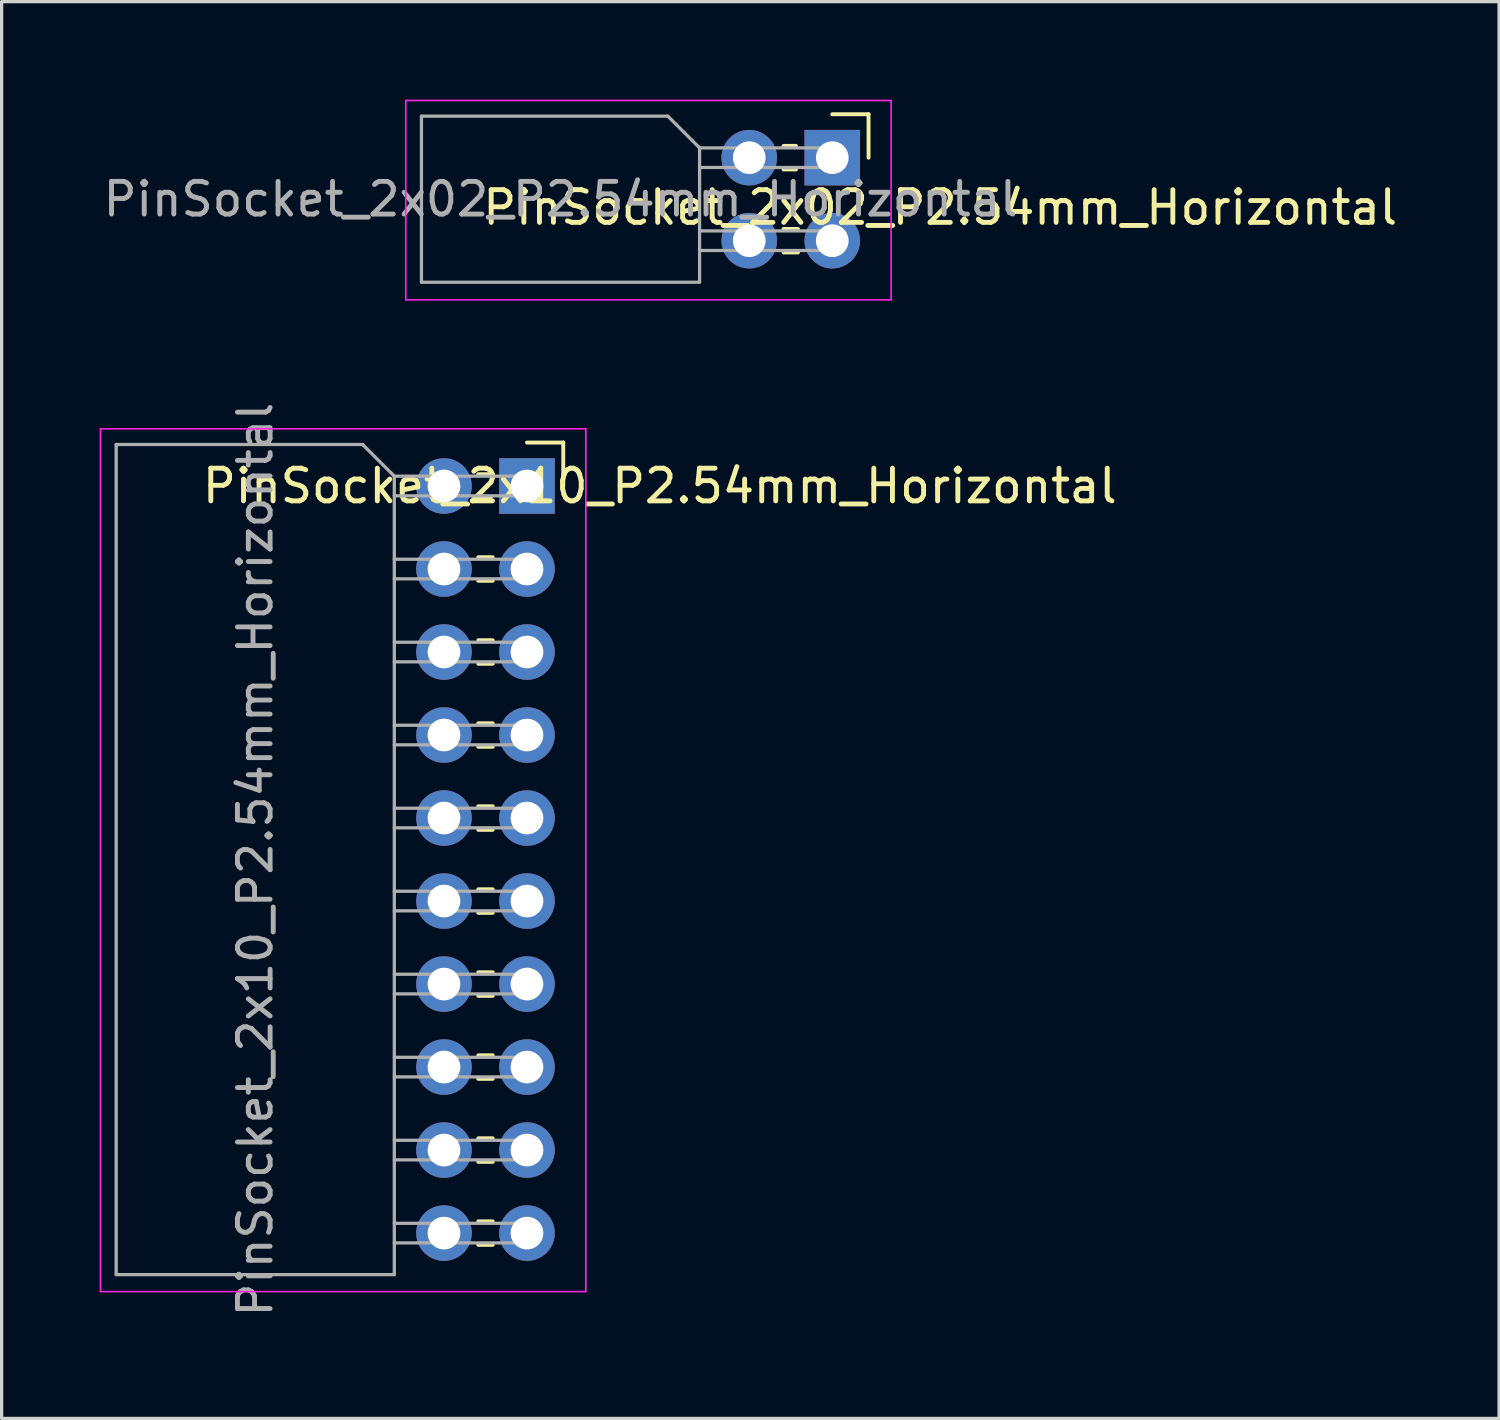
<source format=kicad_pcb>
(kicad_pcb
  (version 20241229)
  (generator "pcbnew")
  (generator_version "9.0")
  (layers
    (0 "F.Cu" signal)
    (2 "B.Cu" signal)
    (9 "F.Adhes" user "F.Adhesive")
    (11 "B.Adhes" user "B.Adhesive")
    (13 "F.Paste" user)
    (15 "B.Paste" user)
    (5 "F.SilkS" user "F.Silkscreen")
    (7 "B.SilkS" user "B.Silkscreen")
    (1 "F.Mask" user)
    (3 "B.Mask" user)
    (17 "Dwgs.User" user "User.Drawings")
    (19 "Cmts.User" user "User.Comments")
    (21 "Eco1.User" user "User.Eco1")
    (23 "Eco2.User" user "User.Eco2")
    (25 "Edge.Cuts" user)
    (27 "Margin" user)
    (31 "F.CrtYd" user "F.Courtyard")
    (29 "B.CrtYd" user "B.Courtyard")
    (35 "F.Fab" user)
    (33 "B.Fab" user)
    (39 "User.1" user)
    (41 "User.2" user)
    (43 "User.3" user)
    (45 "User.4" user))
  (footprint "PinSocket_2x02_P2.54mm_Horizontal"
    (layer "F.Cu")
    (at 22.416 1.775)
    (property "Reference" "PinSocket_2x02_P2.54mm_Horizontal" (at 3.302 1.524 180) (layer "F.SilkS") (effects (font (size 1 1) (thickness 0.15))))
    (attr through_hole)
    (fp_line (start -1.49 -0.36) (end -1.11 -0.36) (stroke (width 0.12) (type solid)) (layer "F.SilkS"))
    (fp_line (start -1.49 0.36) (end -1.11 0.36) (stroke (width 0.12) (type solid)) (layer "F.SilkS"))
    (fp_line (start -1.49 2.18) (end -1.05 2.18) (stroke (width 0.12) (type solid)) (layer "F.SilkS"))
    (fp_line (start -1.49 2.9) (end -1.05 2.9) (stroke (width 0.12) (type solid)) (layer "F.SilkS"))
    (fp_line (start 0 -1.33) (end 1.11 -1.33) (stroke (width 0.12) (type solid)) (layer "F.SilkS"))
    (fp_line (start 1.11 -1.33) (end 1.11 0) (stroke (width 0.12) (type solid)) (layer "F.SilkS"))
    (fp_line (start -13.05 -1.75) (end -13.05 4.35) (stroke (width 0.05) (type solid)) (layer "F.CrtYd"))
    (fp_line (start -13.05 4.35) (end 1.8 4.35) (stroke (width 0.05) (type solid)) (layer "F.CrtYd"))
    (fp_line (start 1.8 -1.75) (end -13.05 -1.75) (stroke (width 0.05) (type solid)) (layer "F.CrtYd"))
    (fp_line (start 1.8 4.35) (end 1.8 -1.75) (stroke (width 0.05) (type solid)) (layer "F.CrtYd"))
    (fp_line (start -12.57 -1.27) (end -5.03 -1.27) (stroke (width 0.1) (type solid)) (layer "F.Fab"))
    (fp_line (start -12.57 3.81) (end -12.57 -1.27) (stroke (width 0.1) (type solid)) (layer "F.Fab"))
    (fp_line (start -5.03 -1.27) (end -4.06 -0.3) (stroke (width 0.1) (type solid)) (layer "F.Fab"))
    (fp_line (start -4.06 -0.3) (end -4.06 3.81) (stroke (width 0.1) (type solid)) (layer "F.Fab"))
    (fp_line (start -4.06 0.3) (end 0 0.3) (stroke (width 0.1) (type solid)) (layer "F.Fab"))
    (fp_line (start -4.06 2.84) (end 0 2.84) (stroke (width 0.1) (type solid)) (layer "F.Fab"))
    (fp_line (start -4.06 3.81) (end -12.57 3.81) (stroke (width 0.1) (type solid)) (layer "F.Fab"))
    (fp_line (start 0 -0.3) (end -4.06 -0.3) (stroke (width 0.1) (type solid)) (layer "F.Fab"))
    (fp_line (start 0 0.3) (end 0 -0.3) (stroke (width 0.1) (type solid)) (layer "F.Fab"))
    (fp_line (start 0 2.24) (end -4.06 2.24) (stroke (width 0.1) (type solid)) (layer "F.Fab"))
    (fp_line (start 0 2.84) (end 0 2.24) (stroke (width 0.1) (type solid)) (layer "F.Fab"))
    (fp_text user "${REFERENCE}" (at -8.315 1.27 0) (layer "F.Fab") (effects (font (size 1 1) (thickness 0.15))))
    (pad "1" thru_hole rect (at 0 0) (size 1.7 1.7) (drill 1) (layers "*.Cu" "*.Mask"))
    (pad "2" thru_hole oval (at -2.54 0) (size 1.7 1.7) (drill 1) (layers "*.Cu" "*.Mask"))
    (pad "3" thru_hole oval (at 0 2.54) (size 1.7 1.7) (drill 1) (layers "*.Cu" "*.Mask"))
    (pad "4" thru_hole oval (at -2.54 2.54) (size 1.7 1.7) (drill 1) (layers "*.Cu" "*.Mask")))
  (footprint "PinSocket_2x10_P2.54mm_Horizontal"
    (layer "F.Cu")
    (at 13.075 11.821)
    (property "Reference" "PinSocket_2x10_P2.54mm_Horizontal" (at 4.064 0 0) (layer "F.SilkS") (effects (font (size 1 1) (thickness 0.15))))
    (attr through_hole)
    (fp_line (start -1.49 -0.36) (end -1.11 -0.36) (stroke (width 0.12) (type solid)) (layer "F.SilkS"))
    (fp_line (start -1.49 0.36) (end -1.11 0.36) (stroke (width 0.12) (type solid)) (layer "F.SilkS"))
    (fp_line (start -1.49 2.18) (end -1.05 2.18) (stroke (width 0.12) (type solid)) (layer "F.SilkS"))
    (fp_line (start -1.49 2.9) (end -1.05 2.9) (stroke (width 0.12) (type solid)) (layer "F.SilkS"))
    (fp_line (start -1.49 4.72) (end -1.05 4.72) (stroke (width 0.12) (type solid)) (layer "F.SilkS"))
    (fp_line (start -1.49 5.44) (end -1.05 5.44) (stroke (width 0.12) (type solid)) (layer "F.SilkS"))
    (fp_line (start -1.49 7.26) (end -1.05 7.26) (stroke (width 0.12) (type solid)) (layer "F.SilkS"))
    (fp_line (start -1.49 7.98) (end -1.05 7.98) (stroke (width 0.12) (type solid)) (layer "F.SilkS"))
    (fp_line (start -1.49 9.8) (end -1.05 9.8) (stroke (width 0.12) (type solid)) (layer "F.SilkS"))
    (fp_line (start -1.49 10.52) (end -1.05 10.52) (stroke (width 0.12) (type solid)) (layer "F.SilkS"))
    (fp_line (start -1.49 12.34) (end -1.05 12.34) (stroke (width 0.12) (type solid)) (layer "F.SilkS"))
    (fp_line (start -1.49 13.06) (end -1.05 13.06) (stroke (width 0.12) (type solid)) (layer "F.SilkS"))
    (fp_line (start -1.49 14.88) (end -1.05 14.88) (stroke (width 0.12) (type solid)) (layer "F.SilkS"))
    (fp_line (start -1.49 15.6) (end -1.05 15.6) (stroke (width 0.12) (type solid)) (layer "F.SilkS"))
    (fp_line (start -1.49 17.42) (end -1.05 17.42) (stroke (width 0.12) (type solid)) (layer "F.SilkS"))
    (fp_line (start -1.49 18.14) (end -1.05 18.14) (stroke (width 0.12) (type solid)) (layer "F.SilkS"))
    (fp_line (start -1.49 19.96) (end -1.05 19.96) (stroke (width 0.12) (type solid)) (layer "F.SilkS"))
    (fp_line (start -1.49 20.68) (end -1.05 20.68) (stroke (width 0.12) (type solid)) (layer "F.SilkS"))
    (fp_line (start -1.49 22.5) (end -1.05 22.5) (stroke (width 0.12) (type solid)) (layer "F.SilkS"))
    (fp_line (start -1.49 23.22) (end -1.05 23.22) (stroke (width 0.12) (type solid)) (layer "F.SilkS"))
    (fp_line (start 0 -1.33) (end 1.11 -1.33) (stroke (width 0.12) (type solid)) (layer "F.SilkS"))
    (fp_line (start 1.11 -1.33) (end 1.11 0) (stroke (width 0.12) (type solid)) (layer "F.SilkS"))
    (fp_line (start -13.05 -1.75) (end -13.05 24.65) (stroke (width 0.05) (type solid)) (layer "F.CrtYd"))
    (fp_line (start -13.05 24.65) (end 1.8 24.65) (stroke (width 0.05) (type solid)) (layer "F.CrtYd"))
    (fp_line (start 1.8 -1.75) (end -13.05 -1.75) (stroke (width 0.05) (type solid)) (layer "F.CrtYd"))
    (fp_line (start 1.8 24.65) (end 1.8 -1.75) (stroke (width 0.05) (type solid)) (layer "F.CrtYd"))
    (fp_line (start -12.57 -1.27) (end -5.03 -1.27) (stroke (width 0.1) (type solid)) (layer "F.Fab"))
    (fp_line (start -12.57 24.13) (end -12.57 -1.27) (stroke (width 0.1) (type solid)) (layer "F.Fab"))
    (fp_line (start -5.03 -1.27) (end -4.06 -0.3) (stroke (width 0.1) (type solid)) (layer "F.Fab"))
    (fp_line (start -4.06 -0.3) (end -4.06 24.13) (stroke (width 0.1) (type solid)) (layer "F.Fab"))
    (fp_line (start -4.06 0.3) (end 0 0.3) (stroke (width 0.1) (type solid)) (layer "F.Fab"))
    (fp_line (start -4.06 2.84) (end 0 2.84) (stroke (width 0.1) (type solid)) (layer "F.Fab"))
    (fp_line (start -4.06 5.38) (end 0 5.38) (stroke (width 0.1) (type solid)) (layer "F.Fab"))
    (fp_line (start -4.06 7.92) (end 0 7.92) (stroke (width 0.1) (type solid)) (layer "F.Fab"))
    (fp_line (start -4.06 10.46) (end 0 10.46) (stroke (width 0.1) (type solid)) (layer "F.Fab"))
    (fp_line (start -4.06 13) (end 0 13) (stroke (width 0.1) (type solid)) (layer "F.Fab"))
    (fp_line (start -4.06 15.54) (end 0 15.54) (stroke (width 0.1) (type solid)) (layer "F.Fab"))
    (fp_line (start -4.06 18.08) (end 0 18.08) (stroke (width 0.1) (type solid)) (layer "F.Fab"))
    (fp_line (start -4.06 20.62) (end 0 20.62) (stroke (width 0.1) (type solid)) (layer "F.Fab"))
    (fp_line (start -4.06 23.16) (end 0 23.16) (stroke (width 0.1) (type solid)) (layer "F.Fab"))
    (fp_line (start -4.06 24.13) (end -12.57 24.13) (stroke (width 0.1) (type solid)) (layer "F.Fab"))
    (fp_line (start 0 -0.3) (end -4.06 -0.3) (stroke (width 0.1) (type solid)) (layer "F.Fab"))
    (fp_line (start 0 0.3) (end 0 -0.3) (stroke (width 0.1) (type solid)) (layer "F.Fab"))
    (fp_line (start 0 2.24) (end -4.06 2.24) (stroke (width 0.1) (type solid)) (layer "F.Fab"))
    (fp_line (start 0 2.84) (end 0 2.24) (stroke (width 0.1) (type solid)) (layer "F.Fab"))
    (fp_line (start 0 4.78) (end -4.06 4.78) (stroke (width 0.1) (type solid)) (layer "F.Fab"))
    (fp_line (start 0 5.38) (end 0 4.78) (stroke (width 0.1) (type solid)) (layer "F.Fab"))
    (fp_line (start 0 7.32) (end -4.06 7.32) (stroke (width 0.1) (type solid)) (layer "F.Fab"))
    (fp_line (start 0 7.92) (end 0 7.32) (stroke (width 0.1) (type solid)) (layer "F.Fab"))
    (fp_line (start 0 9.86) (end -4.06 9.86) (stroke (width 0.1) (type solid)) (layer "F.Fab"))
    (fp_line (start 0 10.46) (end 0 9.86) (stroke (width 0.1) (type solid)) (layer "F.Fab"))
    (fp_line (start 0 12.4) (end -4.06 12.4) (stroke (width 0.1) (type solid)) (layer "F.Fab"))
    (fp_line (start 0 13) (end 0 12.4) (stroke (width 0.1) (type solid)) (layer "F.Fab"))
    (fp_line (start 0 14.94) (end -4.06 14.94) (stroke (width 0.1) (type solid)) (layer "F.Fab"))
    (fp_line (start 0 15.54) (end 0 14.94) (stroke (width 0.1) (type solid)) (layer "F.Fab"))
    (fp_line (start 0 17.48) (end -4.06 17.48) (stroke (width 0.1) (type solid)) (layer "F.Fab"))
    (fp_line (start 0 18.08) (end 0 17.48) (stroke (width 0.1) (type solid)) (layer "F.Fab"))
    (fp_line (start 0 20.02) (end -4.06 20.02) (stroke (width 0.1) (type solid)) (layer "F.Fab"))
    (fp_line (start 0 20.62) (end 0 20.02) (stroke (width 0.1) (type solid)) (layer "F.Fab"))
    (fp_line (start 0 22.56) (end -4.06 22.56) (stroke (width 0.1) (type solid)) (layer "F.Fab"))
    (fp_line (start 0 23.16) (end 0 22.56) (stroke (width 0.1) (type solid)) (layer "F.Fab"))
    (fp_text user "${REFERENCE}" (at -8.315 11.43 90) (layer "F.Fab") (effects (font (size 1 1) (thickness 0.15))))
    (pad "1" thru_hole rect (at 0 0) (size 1.7 1.7) (drill 1) (layers "*.Cu" "*.Mask"))
    (pad "2" thru_hole oval (at -2.54 0) (size 1.7 1.7) (drill 1) (layers "*.Cu" "*.Mask"))
    (pad "3" thru_hole oval (at 0 2.54) (size 1.7 1.7) (drill 1) (layers "*.Cu" "*.Mask"))
    (pad "4" thru_hole oval (at -2.54 2.54) (size 1.7 1.7) (drill 1) (layers "*.Cu" "*.Mask"))
    (pad "5" thru_hole oval (at 0 5.08) (size 1.7 1.7) (drill 1) (layers "*.Cu" "*.Mask"))
    (pad "6" thru_hole oval (at -2.54 5.08) (size 1.7 1.7) (drill 1) (layers "*.Cu" "*.Mask"))
    (pad "7" thru_hole oval (at 0 7.62) (size 1.7 1.7) (drill 1) (layers "*.Cu" "*.Mask"))
    (pad "8" thru_hole oval (at -2.54 7.62) (size 1.7 1.7) (drill 1) (layers "*.Cu" "*.Mask"))
    (pad "9" thru_hole oval (at 0 10.16) (size 1.7 1.7) (drill 1) (layers "*.Cu" "*.Mask"))
    (pad "10" thru_hole oval (at -2.54 10.16) (size 1.7 1.7) (drill 1) (layers "*.Cu" "*.Mask"))
    (pad "11" thru_hole oval (at 0 12.7) (size 1.7 1.7) (drill 1) (layers "*.Cu" "*.Mask"))
    (pad "12" thru_hole oval (at -2.54 12.7) (size 1.7 1.7) (drill 1) (layers "*.Cu" "*.Mask"))
    (pad "13" thru_hole oval (at 0 15.24) (size 1.7 1.7) (drill 1) (layers "*.Cu" "*.Mask"))
    (pad "14" thru_hole oval (at -2.54 15.24) (size 1.7 1.7) (drill 1) (layers "*.Cu" "*.Mask"))
    (pad "15" thru_hole oval (at 0 17.78) (size 1.7 1.7) (drill 1) (layers "*.Cu" "*.Mask"))
    (pad "16" thru_hole oval (at -2.54 17.78) (size 1.7 1.7) (drill 1) (layers "*.Cu" "*.Mask"))
    (pad "17" thru_hole oval (at 0 20.32) (size 1.7 1.7) (drill 1) (layers "*.Cu" "*.Mask"))
    (pad "18" thru_hole oval (at -2.54 20.32) (size 1.7 1.7) (drill 1) (layers "*.Cu" "*.Mask"))
    (pad "19" thru_hole oval (at 0 22.86) (size 1.7 1.7) (drill 1) (layers "*.Cu" "*.Mask"))
    (pad "20" thru_hole oval (at -2.54 22.86) (size 1.7 1.7) (drill 1) (layers "*.Cu" "*.Mask")))
  (gr_rect
    (start -3 -3)
    (end 42.819 40.352)
    (stroke (width 0.1) (type default))
    (fill no)
    (layer "Edge.Cuts")))
</source>
